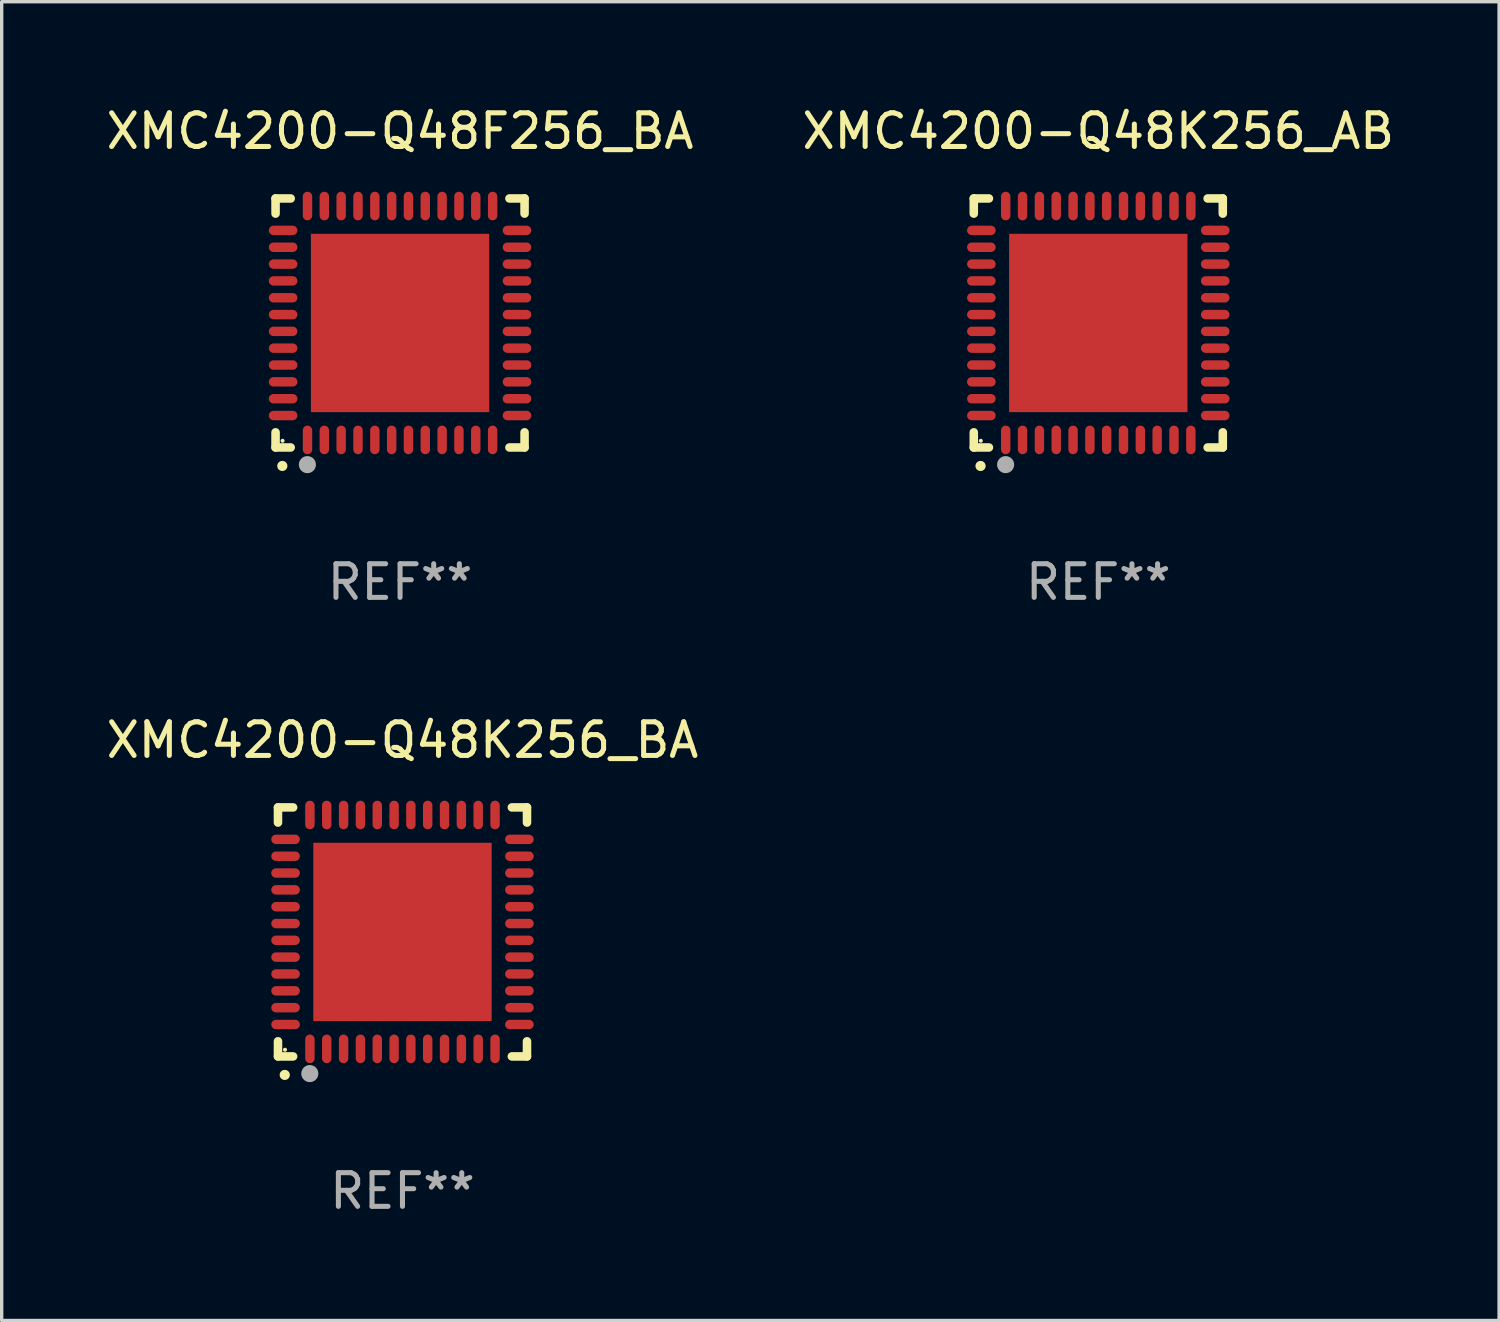
<source format=kicad_pcb>
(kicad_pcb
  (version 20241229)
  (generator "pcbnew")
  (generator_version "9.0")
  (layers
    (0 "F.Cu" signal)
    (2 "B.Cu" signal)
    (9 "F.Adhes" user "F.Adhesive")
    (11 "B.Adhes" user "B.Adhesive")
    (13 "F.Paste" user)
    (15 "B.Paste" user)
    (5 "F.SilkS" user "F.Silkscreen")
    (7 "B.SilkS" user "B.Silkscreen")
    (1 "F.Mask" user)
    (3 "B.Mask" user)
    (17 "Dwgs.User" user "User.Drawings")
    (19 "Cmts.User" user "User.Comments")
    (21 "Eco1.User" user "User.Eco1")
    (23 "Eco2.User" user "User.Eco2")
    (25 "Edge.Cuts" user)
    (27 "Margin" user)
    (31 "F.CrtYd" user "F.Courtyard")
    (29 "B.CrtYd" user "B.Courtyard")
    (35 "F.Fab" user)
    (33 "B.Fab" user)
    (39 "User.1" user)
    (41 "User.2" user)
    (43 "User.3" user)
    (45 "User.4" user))
  (footprint "XMC4200-Q48K256_BA"
    (layer "F.Cu")
    (at 8.911 24.645)
    (property "Reference" "XMC4200-Q48K256_BA" (at 0 -5.7 0) (layer "F.SilkS") (effects (font (size 1 1) (thickness 0.15))))
    (attr through_hole)
    (fp_line (start -3.7 -3.7) (end -3.25 -3.7) (stroke (width 0.254) (type solid)) (layer "F.SilkS"))
    (fp_line (start -3.7 -3.25) (end -3.7 -3.7) (stroke (width 0.254) (type solid)) (layer "F.SilkS"))
    (fp_line (start -3.7 3.7) (end -3.7 3.25) (stroke (width 0.254) (type solid)) (layer "F.SilkS"))
    (fp_line (start -3.25 3.7) (end -3.7 3.7) (stroke (width 0.254) (type solid)) (layer "F.SilkS"))
    (fp_line (start 3.25 3.7) (end 3.7 3.7) (stroke (width 0.254) (type solid)) (layer "F.SilkS"))
    (fp_line (start 3.7 -3.7) (end 3.25 -3.7) (stroke (width 0.254) (type solid)) (layer "F.SilkS"))
    (fp_line (start 3.7 -3.25) (end 3.7 -3.7) (stroke (width 0.254) (type solid)) (layer "F.SilkS"))
    (fp_line (start 3.7 3.7) (end 3.7 3.25) (stroke (width 0.254) (type solid)) (layer "F.SilkS"))
    (fp_arc (start -3.500127 4.249428) (mid -3.498857 4.249423) (end -3.497587 4.249428) (stroke (width 0.3) (type solid)) (layer "F.SilkS"))
    (fp_circle (center -3.491 3.501) (end -3.461 3.501) (stroke (width 0.06) (type solid)) (fill no) (layer "F.SilkS"))
    (fp_circle (center -2.754 4.21) (end -2.627 4.21) (stroke (width 0.254) (type solid)) (fill no) (layer "F.Fab"))
    (fp_text user "REF**" (at 0 7.7 0) (layer "F.Fab") (effects (font (size 1 1) (thickness 0.15))))
    (pad "1" smd oval (at -2.751 3.475) (size 0.28 0.85) (layers "F.Cu" "F.Mask" "F.Paste"))
    (pad "2" smd oval (at -2.251 3.475) (size 0.28 0.85) (layers "F.Cu" "F.Mask" "F.Paste"))
    (pad "3" smd oval (at -1.75 3.475) (size 0.28 0.85) (layers "F.Cu" "F.Mask" "F.Paste"))
    (pad "4" smd oval (at -1.25 3.475) (size 0.28 0.85) (layers "F.Cu" "F.Mask" "F.Paste"))
    (pad "5" smd oval (at -0.749 3.475) (size 0.28 0.85) (layers "F.Cu" "F.Mask" "F.Paste"))
    (pad "6" smd oval (at -0.249 3.475) (size 0.28 0.85) (layers "F.Cu" "F.Mask" "F.Paste"))
    (pad "7" smd oval (at 0.249 3.475) (size 0.28 0.85) (layers "F.Cu" "F.Mask" "F.Paste"))
    (pad "8" smd oval (at 0.749 3.475) (size 0.28 0.85) (layers "F.Cu" "F.Mask" "F.Paste"))
    (pad "9" smd oval (at 1.25 3.475) (size 0.28 0.85) (layers "F.Cu" "F.Mask" "F.Paste"))
    (pad "10" smd oval (at 1.75 3.475) (size 0.28 0.85) (layers "F.Cu" "F.Mask" "F.Paste"))
    (pad "11" smd oval (at 2.25 3.475) (size 0.28 0.85) (layers "F.Cu" "F.Mask" "F.Paste"))
    (pad "12" smd oval (at 2.751 3.475) (size 0.28 0.85) (layers "F.Cu" "F.Mask" "F.Paste"))
    (pad "13" smd oval (at 3.475 2.751) (size 0.85 0.28) (layers "F.Cu" "F.Mask" "F.Paste"))
    (pad "14" smd oval (at 3.475 2.251) (size 0.85 0.28) (layers "F.Cu" "F.Mask" "F.Paste"))
    (pad "15" smd oval (at 3.475 1.75) (size 0.85 0.28) (layers "F.Cu" "F.Mask" "F.Paste"))
    (pad "16" smd oval (at 3.475 1.25) (size 0.85 0.28) (layers "F.Cu" "F.Mask" "F.Paste"))
    (pad "17" smd oval (at 3.475 0.749) (size 0.85 0.28) (layers "F.Cu" "F.Mask" "F.Paste"))
    (pad "18" smd oval (at 3.475 0.249) (size 0.85 0.28) (layers "F.Cu" "F.Mask" "F.Paste"))
    (pad "19" smd oval (at 3.475 -0.249) (size 0.85 0.28) (layers "F.Cu" "F.Mask" "F.Paste"))
    (pad "20" smd oval (at 3.475 -0.749) (size 0.85 0.28) (layers "F.Cu" "F.Mask" "F.Paste"))
    (pad "21" smd oval (at 3.475 -1.25) (size 0.85 0.28) (layers "F.Cu" "F.Mask" "F.Paste"))
    (pad "22" smd oval (at 3.475 -1.75) (size 0.85 0.28) (layers "F.Cu" "F.Mask" "F.Paste"))
    (pad "23" smd oval (at 3.475 -2.25) (size 0.85 0.28) (layers "F.Cu" "F.Mask" "F.Paste"))
    (pad "24" smd oval (at 3.475 -2.751) (size 0.85 0.28) (layers "F.Cu" "F.Mask" "F.Paste"))
    (pad "25" smd oval (at 2.751 -3.475) (size 0.28 0.85) (layers "F.Cu" "F.Mask" "F.Paste"))
    (pad "26" smd oval (at 2.25 -3.475) (size 0.28 0.85) (layers "F.Cu" "F.Mask" "F.Paste"))
    (pad "27" smd oval (at 1.75 -3.475) (size 0.28 0.85) (layers "F.Cu" "F.Mask" "F.Paste"))
    (pad "28" smd oval (at 1.25 -3.475) (size 0.28 0.85) (layers "F.Cu" "F.Mask" "F.Paste"))
    (pad "29" smd oval (at 0.749 -3.475) (size 0.28 0.85) (layers "F.Cu" "F.Mask" "F.Paste"))
    (pad "30" smd oval (at 0.249 -3.475) (size 0.28 0.85) (layers "F.Cu" "F.Mask" "F.Paste"))
    (pad "31" smd oval (at -0.249 -3.475) (size 0.28 0.85) (layers "F.Cu" "F.Mask" "F.Paste"))
    (pad "32" smd oval (at -0.749 -3.475) (size 0.28 0.85) (layers "F.Cu" "F.Mask" "F.Paste"))
    (pad "33" smd oval (at -1.25 -3.475) (size 0.28 0.85) (layers "F.Cu" "F.Mask" "F.Paste"))
    (pad "34" smd oval (at -1.75 -3.475) (size 0.28 0.85) (layers "F.Cu" "F.Mask" "F.Paste"))
    (pad "35" smd oval (at -2.251 -3.475) (size 0.28 0.85) (layers "F.Cu" "F.Mask" "F.Paste"))
    (pad "36" smd oval (at -2.751 -3.475) (size 0.28 0.85) (layers "F.Cu" "F.Mask" "F.Paste"))
    (pad "37" smd oval (at -3.475 -2.751) (size 0.85 0.28) (layers "F.Cu" "F.Mask" "F.Paste"))
    (pad "38" smd oval (at -3.475 -2.25) (size 0.85 0.28) (layers "F.Cu" "F.Mask" "F.Paste"))
    (pad "39" smd oval (at -3.475 -1.75) (size 0.85 0.28) (layers "F.Cu" "F.Mask" "F.Paste"))
    (pad "40" smd oval (at -3.475 -1.25) (size 0.85 0.28) (layers "F.Cu" "F.Mask" "F.Paste"))
    (pad "41" smd oval (at -3.475 -0.749) (size 0.85 0.28) (layers "F.Cu" "F.Mask" "F.Paste"))
    (pad "42" smd oval (at -3.475 -0.249) (size 0.85 0.28) (layers "F.Cu" "F.Mask" "F.Paste"))
    (pad "43" smd oval (at -3.475 0.249) (size 0.85 0.28) (layers "F.Cu" "F.Mask" "F.Paste"))
    (pad "44" smd oval (at -3.475 0.749) (size 0.85 0.28) (layers "F.Cu" "F.Mask" "F.Paste"))
    (pad "45" smd oval (at -3.475 1.25) (size 0.85 0.28) (layers "F.Cu" "F.Mask" "F.Paste"))
    (pad "46" smd oval (at -3.475 1.75) (size 0.85 0.28) (layers "F.Cu" "F.Mask" "F.Paste"))
    (pad "47" smd oval (at -3.475 2.251) (size 0.85 0.28) (layers "F.Cu" "F.Mask" "F.Paste"))
    (pad "48" smd oval (at -3.475 2.751) (size 0.85 0.28) (layers "F.Cu" "F.Mask" "F.Paste"))
    (pad "49" smd rect (at -0.000102 0.000102) (size 5.3 5.3) (layers "F.Cu" "F.Mask" "F.Paste")))
  (footprint "XMC4200-Q48F256_BA"
    (layer "F.Cu")
    (at 8.839 6.548)
    (property "Reference" "XMC4200-Q48F256_BA" (at 0 -5.7 0) (layer "F.SilkS") (effects (font (size 1 1) (thickness 0.15))))
    (attr through_hole)
    (fp_line (start -3.7 -3.7) (end -3.25 -3.7) (stroke (width 0.254) (type solid)) (layer "F.SilkS"))
    (fp_line (start -3.7 -3.25) (end -3.7 -3.7) (stroke (width 0.254) (type solid)) (layer "F.SilkS"))
    (fp_line (start -3.7 3.7) (end -3.7 3.25) (stroke (width 0.254) (type solid)) (layer "F.SilkS"))
    (fp_line (start -3.25 3.7) (end -3.7 3.7) (stroke (width 0.254) (type solid)) (layer "F.SilkS"))
    (fp_line (start 3.25 3.7) (end 3.7 3.7) (stroke (width 0.254) (type solid)) (layer "F.SilkS"))
    (fp_line (start 3.7 -3.7) (end 3.25 -3.7) (stroke (width 0.254) (type solid)) (layer "F.SilkS"))
    (fp_line (start 3.7 -3.25) (end 3.7 -3.7) (stroke (width 0.254) (type solid)) (layer "F.SilkS"))
    (fp_line (start 3.7 3.7) (end 3.7 3.25) (stroke (width 0.254) (type solid)) (layer "F.SilkS"))
    (fp_arc (start -3.500127 4.249428) (mid -3.498857 4.249423) (end -3.497587 4.249428) (stroke (width 0.3) (type solid)) (layer "F.SilkS"))
    (fp_circle (center -3.491 3.501) (end -3.461 3.501) (stroke (width 0.06) (type solid)) (fill no) (layer "F.SilkS"))
    (fp_circle (center -2.754 4.21) (end -2.627 4.21) (stroke (width 0.254) (type solid)) (fill no) (layer "F.Fab"))
    (fp_text user "REF**" (at 0 7.7 0) (layer "F.Fab") (effects (font (size 1 1) (thickness 0.15))))
    (pad "1" smd oval (at -2.751 3.475) (size 0.28 0.85) (layers "F.Cu" "F.Mask" "F.Paste"))
    (pad "2" smd oval (at -2.251 3.475) (size 0.28 0.85) (layers "F.Cu" "F.Mask" "F.Paste"))
    (pad "3" smd oval (at -1.75 3.475) (size 0.28 0.85) (layers "F.Cu" "F.Mask" "F.Paste"))
    (pad "4" smd oval (at -1.25 3.475) (size 0.28 0.85) (layers "F.Cu" "F.Mask" "F.Paste"))
    (pad "5" smd oval (at -0.749 3.475) (size 0.28 0.85) (layers "F.Cu" "F.Mask" "F.Paste"))
    (pad "6" smd oval (at -0.249 3.475) (size 0.28 0.85) (layers "F.Cu" "F.Mask" "F.Paste"))
    (pad "7" smd oval (at 0.249 3.475) (size 0.28 0.85) (layers "F.Cu" "F.Mask" "F.Paste"))
    (pad "8" smd oval (at 0.749 3.475) (size 0.28 0.85) (layers "F.Cu" "F.Mask" "F.Paste"))
    (pad "9" smd oval (at 1.25 3.475) (size 0.28 0.85) (layers "F.Cu" "F.Mask" "F.Paste"))
    (pad "10" smd oval (at 1.75 3.475) (size 0.28 0.85) (layers "F.Cu" "F.Mask" "F.Paste"))
    (pad "11" smd oval (at 2.25 3.475) (size 0.28 0.85) (layers "F.Cu" "F.Mask" "F.Paste"))
    (pad "12" smd oval (at 2.751 3.475) (size 0.28 0.85) (layers "F.Cu" "F.Mask" "F.Paste"))
    (pad "13" smd oval (at 3.475 2.751) (size 0.85 0.28) (layers "F.Cu" "F.Mask" "F.Paste"))
    (pad "14" smd oval (at 3.475 2.251) (size 0.85 0.28) (layers "F.Cu" "F.Mask" "F.Paste"))
    (pad "15" smd oval (at 3.475 1.75) (size 0.85 0.28) (layers "F.Cu" "F.Mask" "F.Paste"))
    (pad "16" smd oval (at 3.475 1.25) (size 0.85 0.28) (layers "F.Cu" "F.Mask" "F.Paste"))
    (pad "17" smd oval (at 3.475 0.749) (size 0.85 0.28) (layers "F.Cu" "F.Mask" "F.Paste"))
    (pad "18" smd oval (at 3.475 0.249) (size 0.85 0.28) (layers "F.Cu" "F.Mask" "F.Paste"))
    (pad "19" smd oval (at 3.475 -0.249) (size 0.85 0.28) (layers "F.Cu" "F.Mask" "F.Paste"))
    (pad "20" smd oval (at 3.475 -0.749) (size 0.85 0.28) (layers "F.Cu" "F.Mask" "F.Paste"))
    (pad "21" smd oval (at 3.475 -1.25) (size 0.85 0.28) (layers "F.Cu" "F.Mask" "F.Paste"))
    (pad "22" smd oval (at 3.475 -1.75) (size 0.85 0.28) (layers "F.Cu" "F.Mask" "F.Paste"))
    (pad "23" smd oval (at 3.475 -2.25) (size 0.85 0.28) (layers "F.Cu" "F.Mask" "F.Paste"))
    (pad "24" smd oval (at 3.475 -2.751) (size 0.85 0.28) (layers "F.Cu" "F.Mask" "F.Paste"))
    (pad "25" smd oval (at 2.751 -3.475) (size 0.28 0.85) (layers "F.Cu" "F.Mask" "F.Paste"))
    (pad "26" smd oval (at 2.25 -3.475) (size 0.28 0.85) (layers "F.Cu" "F.Mask" "F.Paste"))
    (pad "27" smd oval (at 1.75 -3.475) (size 0.28 0.85) (layers "F.Cu" "F.Mask" "F.Paste"))
    (pad "28" smd oval (at 1.25 -3.475) (size 0.28 0.85) (layers "F.Cu" "F.Mask" "F.Paste"))
    (pad "29" smd oval (at 0.749 -3.475) (size 0.28 0.85) (layers "F.Cu" "F.Mask" "F.Paste"))
    (pad "30" smd oval (at 0.249 -3.475) (size 0.28 0.85) (layers "F.Cu" "F.Mask" "F.Paste"))
    (pad "31" smd oval (at -0.249 -3.475) (size 0.28 0.85) (layers "F.Cu" "F.Mask" "F.Paste"))
    (pad "32" smd oval (at -0.749 -3.475) (size 0.28 0.85) (layers "F.Cu" "F.Mask" "F.Paste"))
    (pad "33" smd oval (at -1.25 -3.475) (size 0.28 0.85) (layers "F.Cu" "F.Mask" "F.Paste"))
    (pad "34" smd oval (at -1.75 -3.475) (size 0.28 0.85) (layers "F.Cu" "F.Mask" "F.Paste"))
    (pad "35" smd oval (at -2.251 -3.475) (size 0.28 0.85) (layers "F.Cu" "F.Mask" "F.Paste"))
    (pad "36" smd oval (at -2.751 -3.475) (size 0.28 0.85) (layers "F.Cu" "F.Mask" "F.Paste"))
    (pad "37" smd oval (at -3.475 -2.751) (size 0.85 0.28) (layers "F.Cu" "F.Mask" "F.Paste"))
    (pad "38" smd oval (at -3.475 -2.25) (size 0.85 0.28) (layers "F.Cu" "F.Mask" "F.Paste"))
    (pad "39" smd oval (at -3.475 -1.75) (size 0.85 0.28) (layers "F.Cu" "F.Mask" "F.Paste"))
    (pad "40" smd oval (at -3.475 -1.25) (size 0.85 0.28) (layers "F.Cu" "F.Mask" "F.Paste"))
    (pad "41" smd oval (at -3.475 -0.749) (size 0.85 0.28) (layers "F.Cu" "F.Mask" "F.Paste"))
    (pad "42" smd oval (at -3.475 -0.249) (size 0.85 0.28) (layers "F.Cu" "F.Mask" "F.Paste"))
    (pad "43" smd oval (at -3.475 0.249) (size 0.85 0.28) (layers "F.Cu" "F.Mask" "F.Paste"))
    (pad "44" smd oval (at -3.475 0.749) (size 0.85 0.28) (layers "F.Cu" "F.Mask" "F.Paste"))
    (pad "45" smd oval (at -3.475 1.25) (size 0.85 0.28) (layers "F.Cu" "F.Mask" "F.Paste"))
    (pad "46" smd oval (at -3.475 1.75) (size 0.85 0.28) (layers "F.Cu" "F.Mask" "F.Paste"))
    (pad "47" smd oval (at -3.475 2.251) (size 0.85 0.28) (layers "F.Cu" "F.Mask" "F.Paste"))
    (pad "48" smd oval (at -3.475 2.751) (size 0.85 0.28) (layers "F.Cu" "F.Mask" "F.Paste"))
    (pad "49" smd rect (at -0.000102 0.000102) (size 5.3 5.3) (layers "F.Cu" "F.Mask" "F.Paste")))
  (footprint "XMC4200-Q48K256_AB"
    (layer "F.Cu")
    (at 29.589 6.548)
    (property "Reference" "XMC4200-Q48K256_AB" (at 0 -5.7 0) (layer "F.SilkS") (effects (font (size 1 1) (thickness 0.15))))
    (attr through_hole)
    (fp_line (start -3.7 -3.7) (end -3.25 -3.7) (stroke (width 0.254) (type solid)) (layer "F.SilkS"))
    (fp_line (start -3.7 -3.25) (end -3.7 -3.7) (stroke (width 0.254) (type solid)) (layer "F.SilkS"))
    (fp_line (start -3.7 3.7) (end -3.7 3.25) (stroke (width 0.254) (type solid)) (layer "F.SilkS"))
    (fp_line (start -3.25 3.7) (end -3.7 3.7) (stroke (width 0.254) (type solid)) (layer "F.SilkS"))
    (fp_line (start 3.25 3.7) (end 3.7 3.7) (stroke (width 0.254) (type solid)) (layer "F.SilkS"))
    (fp_line (start 3.7 -3.7) (end 3.25 -3.7) (stroke (width 0.254) (type solid)) (layer "F.SilkS"))
    (fp_line (start 3.7 -3.25) (end 3.7 -3.7) (stroke (width 0.254) (type solid)) (layer "F.SilkS"))
    (fp_line (start 3.7 3.7) (end 3.7 3.25) (stroke (width 0.254) (type solid)) (layer "F.SilkS"))
    (fp_arc (start -3.500127 4.249428) (mid -3.498857 4.249423) (end -3.497587 4.249428) (stroke (width 0.3) (type solid)) (layer "F.SilkS"))
    (fp_circle (center -3.491 3.501) (end -3.461 3.501) (stroke (width 0.06) (type solid)) (fill no) (layer "F.SilkS"))
    (fp_circle (center -2.754 4.21) (end -2.627 4.21) (stroke (width 0.254) (type solid)) (fill no) (layer "F.Fab"))
    (fp_text user "REF**" (at 0 7.7 0) (layer "F.Fab") (effects (font (size 1 1) (thickness 0.15))))
    (pad "1" smd oval (at -2.751 3.475) (size 0.28 0.85) (layers "F.Cu" "F.Mask" "F.Paste"))
    (pad "2" smd oval (at -2.251 3.475) (size 0.28 0.85) (layers "F.Cu" "F.Mask" "F.Paste"))
    (pad "3" smd oval (at -1.75 3.475) (size 0.28 0.85) (layers "F.Cu" "F.Mask" "F.Paste"))
    (pad "4" smd oval (at -1.25 3.475) (size 0.28 0.85) (layers "F.Cu" "F.Mask" "F.Paste"))
    (pad "5" smd oval (at -0.749 3.475) (size 0.28 0.85) (layers "F.Cu" "F.Mask" "F.Paste"))
    (pad "6" smd oval (at -0.249 3.475) (size 0.28 0.85) (layers "F.Cu" "F.Mask" "F.Paste"))
    (pad "7" smd oval (at 0.249 3.475) (size 0.28 0.85) (layers "F.Cu" "F.Mask" "F.Paste"))
    (pad "8" smd oval (at 0.749 3.475) (size 0.28 0.85) (layers "F.Cu" "F.Mask" "F.Paste"))
    (pad "9" smd oval (at 1.25 3.475) (size 0.28 0.85) (layers "F.Cu" "F.Mask" "F.Paste"))
    (pad "10" smd oval (at 1.75 3.475) (size 0.28 0.85) (layers "F.Cu" "F.Mask" "F.Paste"))
    (pad "11" smd oval (at 2.25 3.475) (size 0.28 0.85) (layers "F.Cu" "F.Mask" "F.Paste"))
    (pad "12" smd oval (at 2.751 3.475) (size 0.28 0.85) (layers "F.Cu" "F.Mask" "F.Paste"))
    (pad "13" smd oval (at 3.475 2.751) (size 0.85 0.28) (layers "F.Cu" "F.Mask" "F.Paste"))
    (pad "14" smd oval (at 3.475 2.251) (size 0.85 0.28) (layers "F.Cu" "F.Mask" "F.Paste"))
    (pad "15" smd oval (at 3.475 1.75) (size 0.85 0.28) (layers "F.Cu" "F.Mask" "F.Paste"))
    (pad "16" smd oval (at 3.475 1.25) (size 0.85 0.28) (layers "F.Cu" "F.Mask" "F.Paste"))
    (pad "17" smd oval (at 3.475 0.749) (size 0.85 0.28) (layers "F.Cu" "F.Mask" "F.Paste"))
    (pad "18" smd oval (at 3.475 0.249) (size 0.85 0.28) (layers "F.Cu" "F.Mask" "F.Paste"))
    (pad "19" smd oval (at 3.475 -0.249) (size 0.85 0.28) (layers "F.Cu" "F.Mask" "F.Paste"))
    (pad "20" smd oval (at 3.475 -0.749) (size 0.85 0.28) (layers "F.Cu" "F.Mask" "F.Paste"))
    (pad "21" smd oval (at 3.475 -1.25) (size 0.85 0.28) (layers "F.Cu" "F.Mask" "F.Paste"))
    (pad "22" smd oval (at 3.475 -1.75) (size 0.85 0.28) (layers "F.Cu" "F.Mask" "F.Paste"))
    (pad "23" smd oval (at 3.475 -2.25) (size 0.85 0.28) (layers "F.Cu" "F.Mask" "F.Paste"))
    (pad "24" smd oval (at 3.475 -2.751) (size 0.85 0.28) (layers "F.Cu" "F.Mask" "F.Paste"))
    (pad "25" smd oval (at 2.751 -3.475) (size 0.28 0.85) (layers "F.Cu" "F.Mask" "F.Paste"))
    (pad "26" smd oval (at 2.25 -3.475) (size 0.28 0.85) (layers "F.Cu" "F.Mask" "F.Paste"))
    (pad "27" smd oval (at 1.75 -3.475) (size 0.28 0.85) (layers "F.Cu" "F.Mask" "F.Paste"))
    (pad "28" smd oval (at 1.25 -3.475) (size 0.28 0.85) (layers "F.Cu" "F.Mask" "F.Paste"))
    (pad "29" smd oval (at 0.749 -3.475) (size 0.28 0.85) (layers "F.Cu" "F.Mask" "F.Paste"))
    (pad "30" smd oval (at 0.249 -3.475) (size 0.28 0.85) (layers "F.Cu" "F.Mask" "F.Paste"))
    (pad "31" smd oval (at -0.249 -3.475) (size 0.28 0.85) (layers "F.Cu" "F.Mask" "F.Paste"))
    (pad "32" smd oval (at -0.749 -3.475) (size 0.28 0.85) (layers "F.Cu" "F.Mask" "F.Paste"))
    (pad "33" smd oval (at -1.25 -3.475) (size 0.28 0.85) (layers "F.Cu" "F.Mask" "F.Paste"))
    (pad "34" smd oval (at -1.75 -3.475) (size 0.28 0.85) (layers "F.Cu" "F.Mask" "F.Paste"))
    (pad "35" smd oval (at -2.251 -3.475) (size 0.28 0.85) (layers "F.Cu" "F.Mask" "F.Paste"))
    (pad "36" smd oval (at -2.751 -3.475) (size 0.28 0.85) (layers "F.Cu" "F.Mask" "F.Paste"))
    (pad "37" smd oval (at -3.475 -2.751) (size 0.85 0.28) (layers "F.Cu" "F.Mask" "F.Paste"))
    (pad "38" smd oval (at -3.475 -2.25) (size 0.85 0.28) (layers "F.Cu" "F.Mask" "F.Paste"))
    (pad "39" smd oval (at -3.475 -1.75) (size 0.85 0.28) (layers "F.Cu" "F.Mask" "F.Paste"))
    (pad "40" smd oval (at -3.475 -1.25) (size 0.85 0.28) (layers "F.Cu" "F.Mask" "F.Paste"))
    (pad "41" smd oval (at -3.475 -0.749) (size 0.85 0.28) (layers "F.Cu" "F.Mask" "F.Paste"))
    (pad "42" smd oval (at -3.475 -0.249) (size 0.85 0.28) (layers "F.Cu" "F.Mask" "F.Paste"))
    (pad "43" smd oval (at -3.475 0.249) (size 0.85 0.28) (layers "F.Cu" "F.Mask" "F.Paste"))
    (pad "44" smd oval (at -3.475 0.749) (size 0.85 0.28) (layers "F.Cu" "F.Mask" "F.Paste"))
    (pad "45" smd oval (at -3.475 1.25) (size 0.85 0.28) (layers "F.Cu" "F.Mask" "F.Paste"))
    (pad "46" smd oval (at -3.475 1.75) (size 0.85 0.28) (layers "F.Cu" "F.Mask" "F.Paste"))
    (pad "47" smd oval (at -3.475 2.251) (size 0.85 0.28) (layers "F.Cu" "F.Mask" "F.Paste"))
    (pad "48" smd oval (at -3.475 2.751) (size 0.85 0.28) (layers "F.Cu" "F.Mask" "F.Paste"))
    (pad "49" smd rect (at -0.000102 0.000102) (size 5.3 5.3) (layers "F.Cu" "F.Mask" "F.Paste")))
  (gr_rect
    (start -3 -3)
    (end 41.5 36.193)
    (stroke (width 0.1) (type default))
    (fill no)
    (layer "Edge.Cuts")))
</source>
